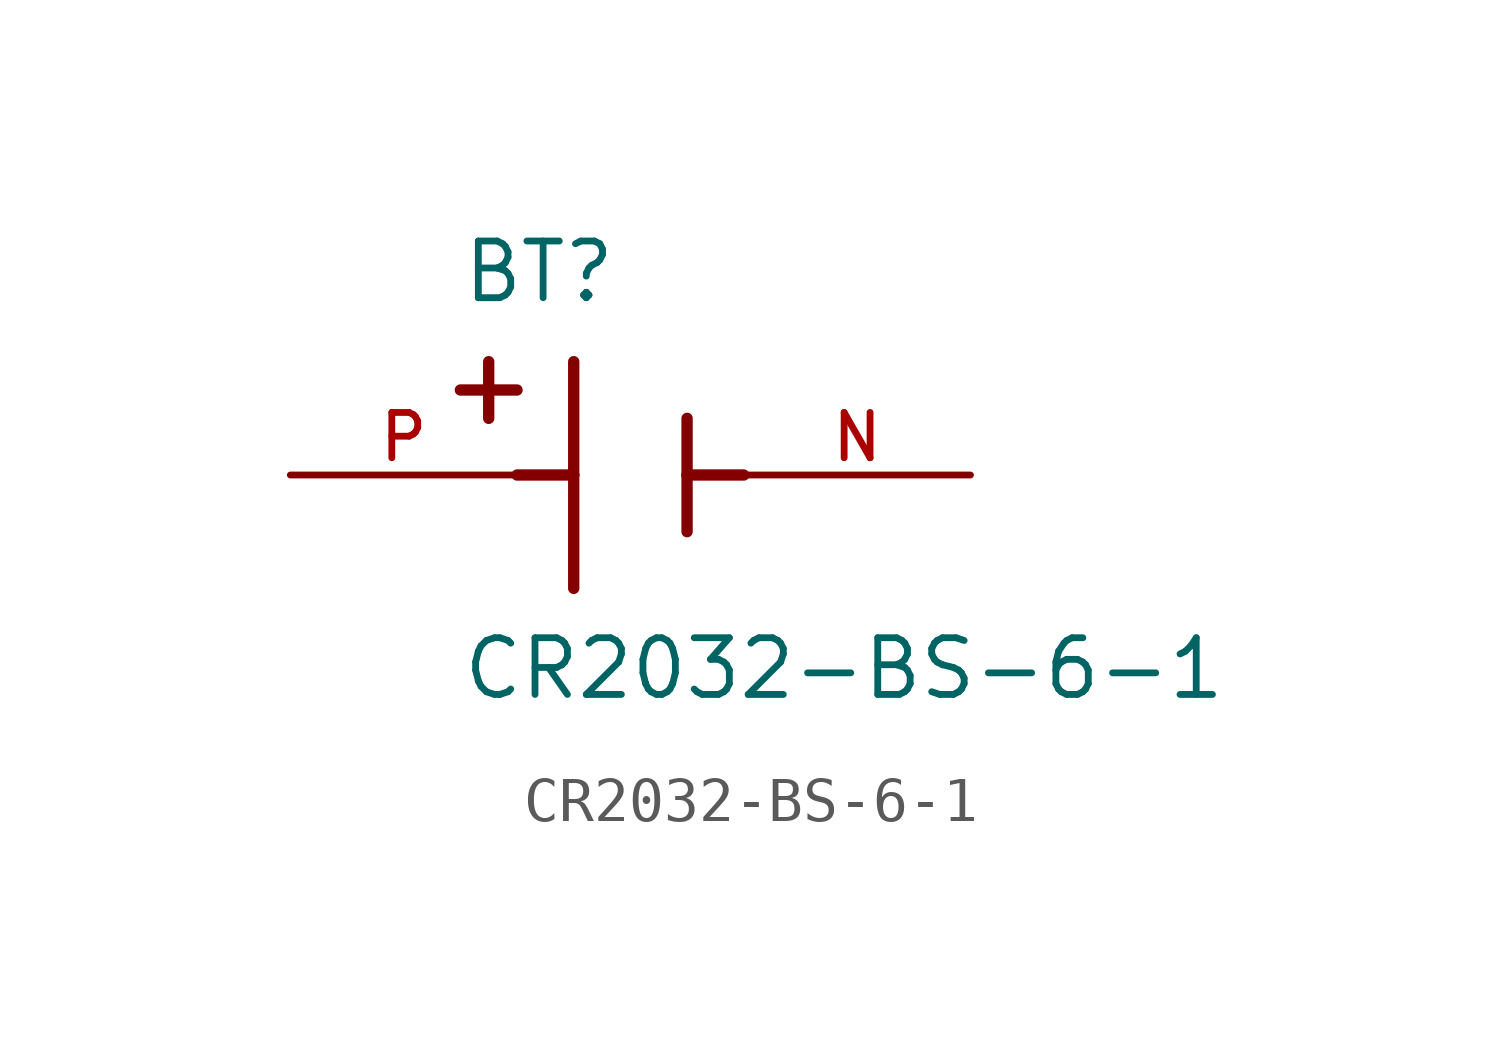
<source format=kicad_sym>
(kicad_symbol_lib
  (version 20241209)
  (generator "kicad_symbol_editor")
  (generator_version "9.0")
  (symbol "CR2032-BS-6-1"
    (pin_names
      (offset 1.016))
    (property "Reference" "BT"
      (at -3.81 3.81 0)
      (effects (font (size 1.27 1.27)) (justify left bottom)))
    (property "Value" "CR2032-BS-6-1"
      (at -3.81 -5.08 0)
      (effects (font (size 1.27 1.27)) (justify left bottom)))
    (symbol "CR2032-BS-6-1_0_0"
      (polyline (pts (xy -3.81 1.905) (xy -2.54 1.905)) (stroke (width 0.254) (type default)) (fill (type none)))
      (polyline (pts (xy -3.175 2.54) (xy -3.175 1.27)) (stroke (width 0.254) (type default)) (fill (type none)))
      (polyline (pts (xy -1.27 2.54) (xy -1.27 0)) (stroke (width 0.254) (type default)) (fill (type none)))
      (polyline (pts (xy -1.27 0) (xy -2.54 0)) (stroke (width 0.254) (type default)) (fill (type none)))
      (polyline (pts (xy -1.27 0) (xy -1.27 -2.54)) (stroke (width 0.254) (type default)) (fill (type none)))
      (polyline (pts (xy 1.27 1.27) (xy 1.27 0)) (stroke (width 0.254) (type default)) (fill (type none)))
      (polyline (pts (xy 1.27 0) (xy 1.27 -1.27)) (stroke (width 0.254) (type default)) (fill (type none)))
      (polyline (pts (xy 1.27 0) (xy 2.54 0)) (stroke (width 0.254) (type default)) (fill (type none)))
      (pin passive line (at -7.62 0 0) (length 5.08) (name "~" (effects (font (size 1.016 1.016)))) (number "P" (effects (font (size 1.016 1.016)))))
      (pin passive line (at 7.62 0 180) (length 5.08) (name "~" (effects (font (size 1.016 1.016)))) (number "N" (effects (font (size 1.016 1.016))))))))
</source>
